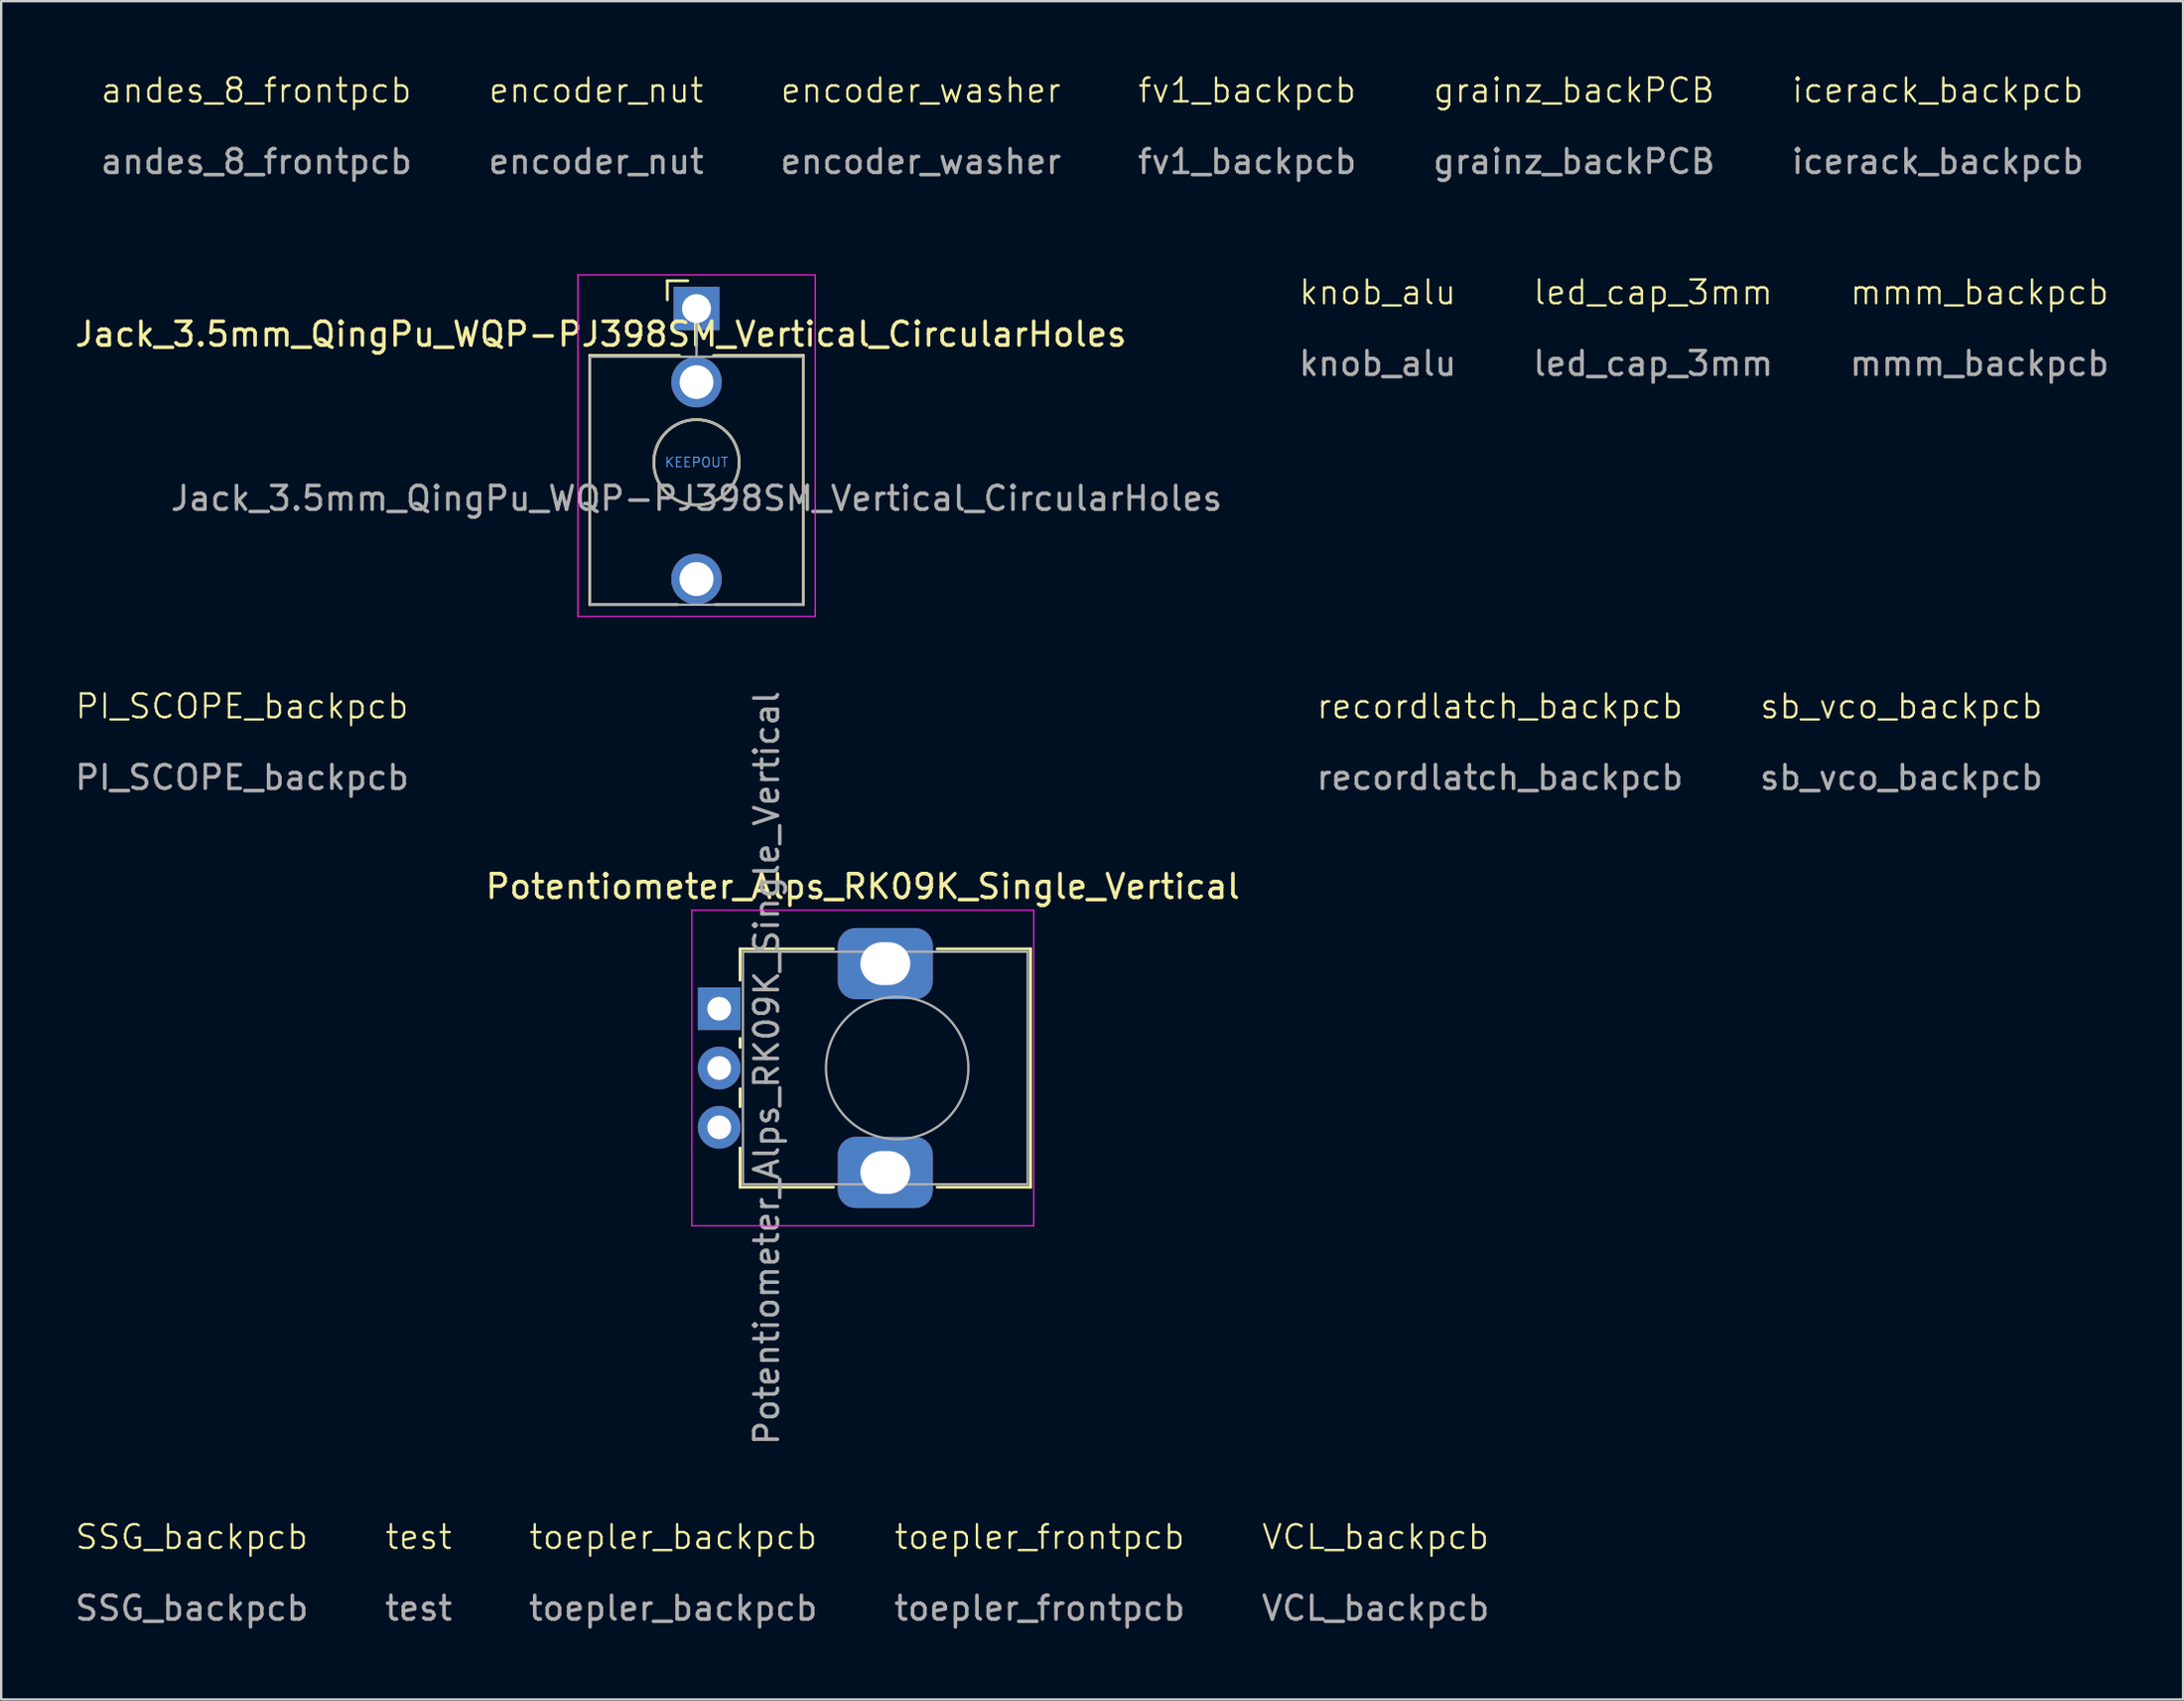
<source format=kicad_pcb>
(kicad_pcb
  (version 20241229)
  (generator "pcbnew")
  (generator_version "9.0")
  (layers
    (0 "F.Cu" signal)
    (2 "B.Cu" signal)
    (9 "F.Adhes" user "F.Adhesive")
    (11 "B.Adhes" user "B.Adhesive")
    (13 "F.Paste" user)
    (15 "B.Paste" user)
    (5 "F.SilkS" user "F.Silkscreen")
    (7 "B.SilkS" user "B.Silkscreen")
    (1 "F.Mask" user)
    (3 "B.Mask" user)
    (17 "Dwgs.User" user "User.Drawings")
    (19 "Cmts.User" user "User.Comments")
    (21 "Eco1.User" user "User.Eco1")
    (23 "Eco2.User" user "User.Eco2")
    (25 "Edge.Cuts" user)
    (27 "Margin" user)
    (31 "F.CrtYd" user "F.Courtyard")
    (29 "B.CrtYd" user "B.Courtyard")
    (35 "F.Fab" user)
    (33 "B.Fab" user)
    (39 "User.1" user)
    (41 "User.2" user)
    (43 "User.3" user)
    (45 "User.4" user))
  (footprint "mmm_backpcb"
    (layer "F.Cu")
    (at 80.357 9.771)
    (property "Reference" "mmm_backpcb" (at 0 -0.5 0) (unlocked yes) (layer "F.SilkS") (effects (font (size 1 1) (thickness 0.1))))
    (fp_text user "${REFERENCE}" (at 0 2.5 0) (unlocked yes) (layer "F.Fab") (effects (font (size 1 1) (thickness 0.15)))))
  (footprint "sb_vco_backpcb"
    (layer "F.Cu")
    (at 77.065 27.221)
    (property "Reference" "sb_vco_backpcb" (at 0 -0.5 0) (unlocked yes) (layer "F.SilkS") (effects (font (size 1 1) (thickness 0.1))))
    (attr through_hole)
    (fp_text user "${REFERENCE}" (at 0 2.5 0) (unlocked yes) (layer "F.Fab") (effects (font (size 1 1) (thickness 0.15)))))
  (footprint "grainz_backPCB"
    (layer "F.Cu")
    (at 63.274 1.26)
    (property "Reference" "grainz_backPCB" (at 0 -0.5 0) (unlocked yes) (layer "F.SilkS") (effects (font (size 1 1) (thickness 0.1))))
    (fp_text user "${REFERENCE}" (at 0 2.5 0) (unlocked yes) (layer "F.Fab") (effects (font (size 1 1) (thickness 0.15)))))
  (footprint "knob_alu"
    (layer "F.Cu")
    (at 55 9.771)
    (property "Reference" "knob_alu" (at 0 -0.5 0) (unlocked yes) (layer "F.SilkS") (effects (font (size 1 1) (thickness 0.1))))
    (fp_text user "${REFERENCE}" (at 0 2.5 0) (unlocked yes) (layer "F.Fab") (effects (font (size 1 1) (thickness 0.15)))))
  (footprint "encoder_washer"
    (layer "F.Cu")
    (at 35.75 1.26)
    (property "Reference" "encoder_washer" (at 0 -0.5 0) (unlocked yes) (layer "F.SilkS") (effects (font (size 1 1) (thickness 0.1))))
    (fp_text user "${REFERENCE}" (at 0 2.5 0) (unlocked yes) (layer "F.Fab") (effects (font (size 1 1) (thickness 0.15)))))
  (footprint "encoder_nut"
    (layer "F.Cu")
    (at 22.071 1.26)
    (property "Reference" "encoder_nut" (at 0 -0.5 0) (unlocked yes) (layer "F.SilkS") (effects (font (size 1 1) (thickness 0.1))))
    (fp_text user "${REFERENCE}" (at 0 2.5 0) (unlocked yes) (layer "F.Fab") (effects (font (size 1 1) (thickness 0.15)))))
  (footprint "icerack_backpcb"
    (layer "F.Cu")
    (at 78.595 1.26)
    (property "Reference" "icerack_backpcb" (at 0 -0.5 0) (unlocked yes) (layer "F.SilkS") (effects (font (size 1 1) (thickness 0.1))))
    (fp_text user "${REFERENCE}" (at 0 2.5 0) (unlocked yes) (layer "F.Fab") (effects (font (size 1 1) (thickness 0.15)))))
  (footprint "toepler_frontpcb"
    (layer "F.Cu")
    (at 40.756 62.233)
    (property "Reference" "toepler_frontpcb" (at 0 -0.5 0) (unlocked yes) (layer "F.SilkS") (effects (font (size 1 1) (thickness 0.1))))
    (fp_text user "${REFERENCE}" (at 0 2.5 0) (unlocked yes) (layer "F.Fab") (effects (font (size 1 1) (thickness 0.15)))))
  (footprint "SSG_backpcb"
    (layer "F.Cu")
    (at 5.03 62.233)
    (property "Reference" "SSG_backpcb" (at 0 -0.5 0) (unlocked yes) (layer "F.SilkS") (effects (font (size 1 1) (thickness 0.1))))
    (fp_text user "${REFERENCE}" (at 0 2.5 0) (unlocked yes) (layer "F.Fab") (effects (font (size 1 1) (thickness 0.15)))))
  (footprint "PI_SCOPE_backpcb"
    (layer "F.Cu")
    (at 7.149 27.221)
    (property "Reference" "PI_SCOPE_backpcb" (at 0 -0.5 0) (unlocked yes) (layer "F.SilkS") (effects (font (size 1 1) (thickness 0.1))))
    (attr through_hole)
    (fp_text user "${REFERENCE}" (at 0 2.5 0) (unlocked yes) (layer "F.Fab") (effects (font (size 1 1) (thickness 0.15)))))
  (footprint "test"
    (layer "F.Cu")
    (at 14.589 62.233)
    (property "Reference" "test" (at 0 -0.5 0) (unlocked yes) (layer "F.SilkS") (effects (font (size 1 1) (thickness 0.1))))
    (attr smd)
    (fp_text user "${REFERENCE}" (at 0 2.5 0) (unlocked yes) (layer "F.Fab") (effects (font (size 1 1) (thickness 0.15)))))
  (footprint "recordlatch_backpcb"
    (layer "F.Cu")
    (at 60.149 27.221)
    (property "Reference" "recordlatch_backpcb" (at 0 -0.5 0) (unlocked yes) (layer "F.SilkS") (effects (font (size 1 1) (thickness 0.1))))
    (fp_text user "${REFERENCE}" (at 0 2.5 0) (unlocked yes) (layer "F.Fab") (effects (font (size 1 1) (thickness 0.15)))))
  (footprint "toepler_backpcb"
    (layer "F.Cu")
    (at 25.315 62.233)
    (property "Reference" "toepler_backpcb" (at 0 -0.5 0) (unlocked yes) (layer "F.SilkS") (effects (font (size 1 1) (thickness 0.1))))
    (fp_text user "${REFERENCE}" (at 0 2.5 0) (unlocked yes) (layer "F.Fab") (effects (font (size 1 1) (thickness 0.15)))))
  (footprint "led_cap_3mm"
    (layer "F.Cu")
    (at 66.607 9.771)
    (property "Reference" "led_cap_3mm" (at 0 -0.5 0) (unlocked yes) (layer "F.SilkS") (effects (font (size 1 1) (thickness 0.1))))
    (fp_text user "${REFERENCE}" (at 0 2.5 0) (unlocked yes) (layer "F.Fab") (effects (font (size 1 1) (thickness 0.15)))))
  (footprint "fv1_backpcb"
    (layer "F.Cu")
    (at 49.5 1.26)
    (property "Reference" "fv1_backpcb" (at 0 -0.5 0) (unlocked yes) (layer "F.SilkS") (effects (font (size 1 1) (thickness 0.1))))
    (fp_text user "${REFERENCE}" (at 0 2.5 0) (unlocked yes) (layer "F.Fab") (effects (font (size 1 1) (thickness 0.15)))))
  (footprint "andes_8_frontpcb"
    (layer "F.Cu")
    (at 0.25 5.261)
    (property "Reference" "andes_8_frontpcb" (at 7.5 -4.5 0) (unlocked yes) (layer "F.SilkS") (effects (font (size 1 1) (thickness 0.1))))
    (fp_text user "${REFERENCE}" (at 7.5 -1.5 0) (unlocked yes) (layer "F.Fab") (effects (font (size 1 1) (thickness 0.15)))))
  (footprint "VCL_backpcb"
    (layer "F.Cu")
    (at 54.911 62.233)
    (property "Reference" "VCL_backpcb" (at 0 -0.5 0) (unlocked yes) (layer "F.SilkS") (effects (font (size 1 1) (thickness 0.1))))
    (attr through_hole)
    (fp_text user "${REFERENCE}" (at 0 2.5 0) (unlocked yes) (layer "F.Fab") (effects (font (size 1 1) (thickness 0.15)))))
  (footprint "Potentiometer_Alps_RK09K_Single_Vertical"
    (layer "F.Cu")
    (at 27.254 39.466)
    (property "Reference" "Potentiometer_Alps_RK09K_Single_Vertical" (at 6.05 -5.15 0) (layer "F.SilkS") (effects (font (size 1 1) (thickness 0.15))))
    (attr through_hole)
    (fp_line (start 0.88 -2.521) (end 0.88 -1.2) (stroke (width 0.12) (type solid)) (layer "F.SilkS"))
    (fp_line (start 0.88 -2.521) (end 4.817 -2.521) (stroke (width 0.12) (type solid)) (layer "F.SilkS"))
    (fp_line (start 0.88 1.25) (end 0.88 1.63) (stroke (width 0.12) (type solid)) (layer "F.SilkS"))
    (fp_line (start 0.88 3.371) (end 0.88 4.13) (stroke (width 0.12) (type solid)) (layer "F.SilkS"))
    (fp_line (start 0.88 5.87) (end 0.88 7.52) (stroke (width 0.12) (type solid)) (layer "F.SilkS"))
    (fp_line (start 0.88 7.52) (end 4.817 7.52) (stroke (width 0.12) (type solid)) (layer "F.SilkS"))
    (fp_line (start 9.184 -2.521) (end 13.12 -2.521) (stroke (width 0.12) (type solid)) (layer "F.SilkS"))
    (fp_line (start 9.184 7.52) (end 13.12 7.52) (stroke (width 0.12) (type solid)) (layer "F.SilkS"))
    (fp_line (start 13.12 -2.521) (end 13.12 7.52) (stroke (width 0.12) (type solid)) (layer "F.SilkS"))
    (fp_line (start -1.15 -4.15) (end -1.15 9.15) (stroke (width 0.05) (type solid)) (layer "F.CrtYd"))
    (fp_line (start -1.15 9.15) (end 13.25 9.15) (stroke (width 0.05) (type solid)) (layer "F.CrtYd"))
    (fp_line (start 13.25 -4.15) (end -1.15 -4.15) (stroke (width 0.05) (type solid)) (layer "F.CrtYd"))
    (fp_line (start 13.25 9.15) (end 13.25 -4.15) (stroke (width 0.05) (type solid)) (layer "F.CrtYd"))
    (fp_line (start 1 -2.4) (end 1 7.4) (stroke (width 0.1) (type solid)) (layer "F.Fab"))
    (fp_line (start 1 7.4) (end 13 7.4) (stroke (width 0.1) (type solid)) (layer "F.Fab"))
    (fp_line (start 13 -2.4) (end 1 -2.4) (stroke (width 0.1) (type solid)) (layer "F.Fab"))
    (fp_line (start 13 7.4) (end 13 -2.4) (stroke (width 0.1) (type solid)) (layer "F.Fab"))
    (fp_circle (center 7.5 2.5) (end 10.5 2.5) (stroke (width 0.1) (type solid)) (fill no) (layer "F.Fab"))
    (fp_text user "${REFERENCE}" (at 2 2.5 90) (layer "F.Fab") (effects (font (size 1 1) (thickness 0.15))))
    (pad "1" thru_hole rect (at 0 0) (size 1.8 1.8) (drill 1) (layers "*.Cu" "*.Mask"))
    (pad "2" thru_hole circle (at 0 2.5) (size 1.8 1.8) (drill 1) (layers "*.Cu" "*.Mask"))
    (pad "3" thru_hole circle (at 0 5) (size 1.8 1.8) (drill 1) (layers "*.Cu" "*.Mask"))
    (pad "MP" thru_hole roundrect (at 7 -1.9) (size 4 3) (drill oval 2.1 1.8) (layers "*.Cu" "*.Mask") (roundrect_rratio 0.25))
    (pad "MP" thru_hole roundrect (at 7 6.9) (size 4 3) (drill oval 2.1 1.8) (layers "*.Cu" "*.Mask") (roundrect_rratio 0.25)))
  (footprint "Jack_3.5mm_QingPu_WQP-PJ398SM_Vertical_CircularHoles"
    (layer "F.Cu")
    (at 26.298 9.956)
    (property "Reference" "Jack_3.5mm_QingPu_WQP-PJ398SM_Vertical_CircularHoles" (at -4.03 1.08 180) (layer "F.SilkS") (effects (font (size 1 1) (thickness 0.15))))
    (attr through_hole)
    (fp_line (start -4.5 1.98) (end -4.5 12.48) (stroke (width 0.12) (type solid)) (layer "F.SilkS"))
    (fp_line (start -1.23 -1.17) (end -1.23 -0.37) (stroke (width 0.12) (type solid)) (layer "F.SilkS"))
    (fp_line (start -1.23 -1.17) (end -0.37 -1.17) (stroke (width 0.12) (type solid)) (layer "F.SilkS"))
    (fp_line (start -0.8 12.48) (end -4.5 12.48) (stroke (width 0.12) (type solid)) (layer "F.SilkS"))
    (fp_line (start -0.72 1.98) (end -4.5 1.98) (stroke (width 0.12) (type solid)) (layer "F.SilkS"))
    (fp_line (start 4.5 1.98) (end 0.72 1.98) (stroke (width 0.12) (type solid)) (layer "F.SilkS"))
    (fp_line (start 4.5 1.98) (end 4.5 12.48) (stroke (width 0.12) (type solid)) (layer "F.SilkS"))
    (fp_line (start 4.5 12.48) (end 0.8 12.48) (stroke (width 0.12) (type solid)) (layer "F.SilkS"))
    (fp_circle (center 0 6.48) (end 1.8 6.48) (stroke (width 0.12) (type solid)) (fill no) (layer "F.SilkS"))
    (fp_line (start -5 12.98) (end -5 -1.42) (stroke (width 0.05) (type solid)) (layer "F.CrtYd"))
    (fp_line (start 5 -1.42) (end -5 -1.42) (stroke (width 0.05) (type solid)) (layer "F.CrtYd"))
    (fp_line (start 5 12.98) (end -5 12.98) (stroke (width 0.05) (type solid)) (layer "F.CrtYd"))
    (fp_line (start 5 12.98) (end 5 -1.42) (stroke (width 0.05) (type solid)) (layer "F.CrtYd"))
    (fp_line (start -4.5 12.48) (end -4.5 2.08) (stroke (width 0.1) (type solid)) (layer "F.Fab"))
    (fp_line (start 0 0) (end 0 2.03) (stroke (width 0.1) (type solid)) (layer "F.Fab"))
    (fp_line (start 4.5 2.03) (end -4.5 2.03) (stroke (width 0.1) (type solid)) (layer "F.Fab"))
    (fp_line (start 4.5 12.48) (end -4.5 12.48) (stroke (width 0.1) (type solid)) (layer "F.Fab"))
    (fp_line (start 4.5 12.48) (end 4.5 2.08) (stroke (width 0.1) (type solid)) (layer "F.Fab"))
    (fp_circle (center 0 6.48) (end 1.8 6.48) (stroke (width 0.1) (type solid)) (fill no) (layer "F.Fab"))
    (fp_text user "KEEPOUT" (at 0 6.48 0) (layer "Cmts.User") (effects (font (size 0.4 0.4) (thickness 0.051))))
    (fp_text user "${REFERENCE}" (at 0 8 180) (layer "F.Fab") (effects (font (size 1 1) (thickness 0.15))))
    (pad "S" thru_hole rect (at 0 0 180) (size 1.93 1.83) (drill 1.22) (layers "*.Cu" "*.Mask"))
    (pad "T" thru_hole circle (at 0 11.4 180) (size 2.13 2.13) (drill 1.43) (layers "*.Cu" "*.Mask"))
    (pad "TN" thru_hole circle (at 0 3.1 180) (size 2.13 2.13) (drill 1.42) (layers "*.Cu" "*.Mask"))
    (zone (net_name "") (layer "F.Cu") (hatch full 0.508) (connect_pads) (min_thickness 0.254) (filled_areas_thickness no) (keepout (tracks not_allowed) (vias not_allowed) (pads not_allowed) (copperpour not_allowed) (footprints not_allowed)) (placement (enabled no)) (fill) (polygon (pts (xy 27.803 16.436) (xy 27.783 16.19) (xy 27.723 15.95) (xy 27.624 15.724) (xy 27.49 15.517) (xy 27.324 15.335) (xy 27.131 15.182) (xy 26.915 15.063) (xy 26.682 14.98) (xy 26.44 14.937) (xy 26.193 14.934) (xy 25.949 14.971) (xy 25.715 15.048) (xy 25.496 15.162) (xy 25.299 15.31) (xy 25.128 15.488) (xy 24.989 15.692) (xy 24.885 15.916) (xy 24.819 16.153) (xy 24.793 16.399) (xy 24.807 16.645) (xy 24.862 16.886) (xy 24.954 17.114) (xy 25.083 17.324) (xy 25.245 17.511) (xy 25.435 17.668) (xy 25.648 17.793) (xy 25.878 17.881) (xy 26.12 17.93) (xy 26.366 17.939) (xy 26.611 17.908) (xy 26.847 17.837) (xy 27.069 17.728) (xy 27.269 17.585) (xy 27.444 17.411) (xy 27.588 17.211) (xy 27.697 16.99) (xy 27.769 16.754) (xy 27.801 16.509)))))
  (gr_rect
    (start -3 -3)
    (end 88.935 68.581)
    (stroke (width 0.1) (type default))
    (fill no)
    (layer "Edge.Cuts")))
</source>
